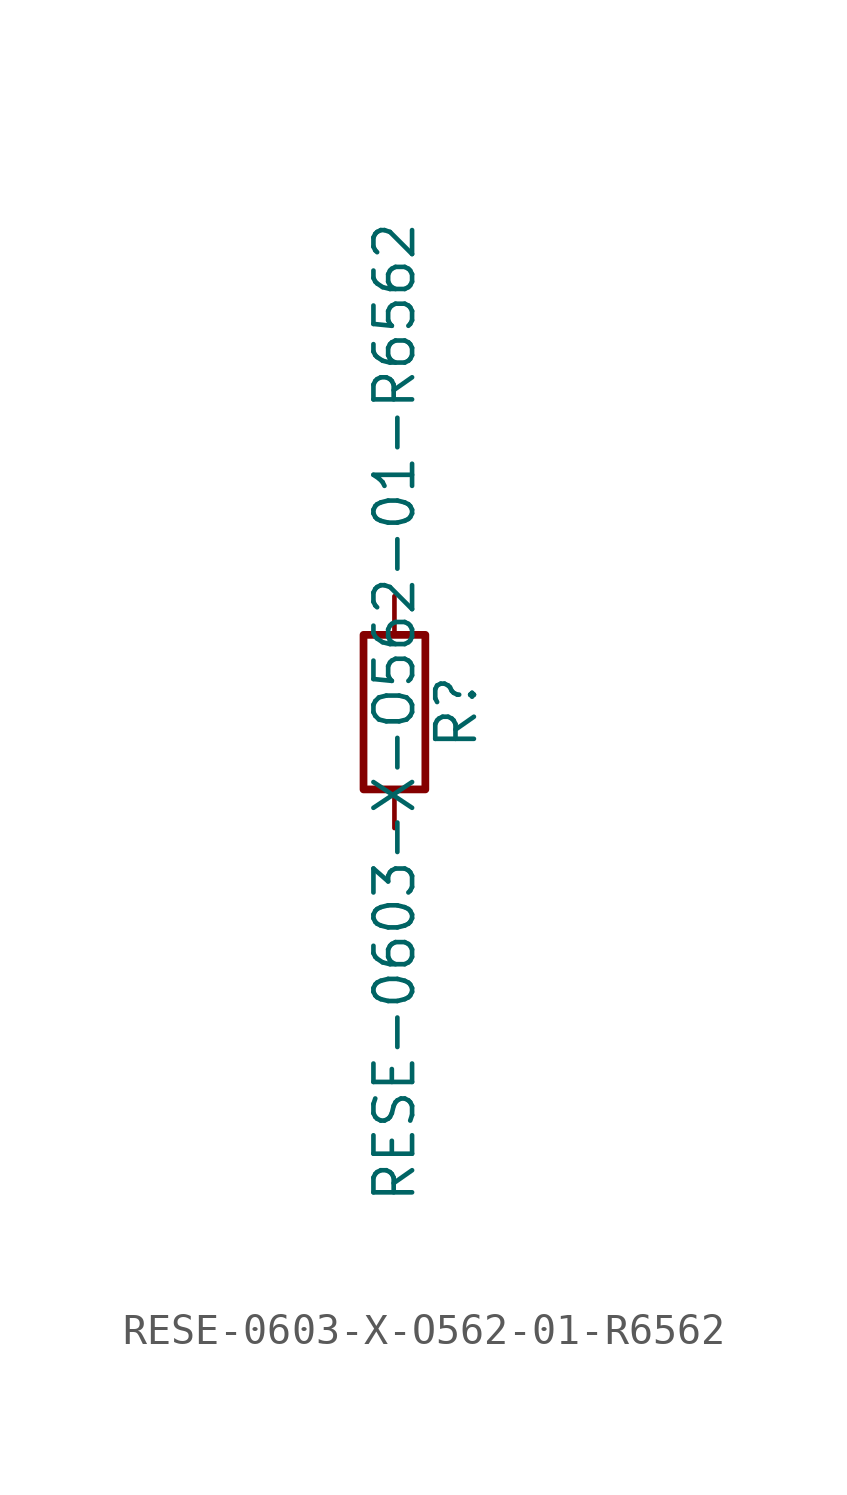
<source format=kicad_sym>
(kicad_symbol_lib
  (version 20211014)
  (generator kicad_symbol_editor)
  (symbol "RESE-0603-X-O562-01-R6562"
    (pin_numbers hide)
    (pin_names
      (offset 0))
    (property "Reference" "R"
      (at 2.032 0 90)
      (effects (font (size 1.27 1.27))))
    (property "Value" "RESE-0603-X-O562-01-R6562"
      (at 0 0 90)
      (effects (font (size 1.27 1.27))))
    (symbol "RESE-0603-X-O562-01-R6562_0_1"
      (rectangle (start -1.016 -2.54) (end 1.016 2.54) (stroke (width 0.254) (type default) (color 0 0 0 0)) (fill (type none))))
    (symbol "RESE-0603-X-O562-01-R6562_1_1"
      (pin passive line (at 0 3.81 270) (length 1.27) (name "~" (effects (font (size 1.27 1.27)))) (number "1" (effects (font (size 1.27 1.27)))))
      (pin passive line (at 0 -3.81 90) (length 1.27) (name "~" (effects (font (size 1.27 1.27)))) (number "2" (effects (font (size 1.27 1.27))))))))
</source>
